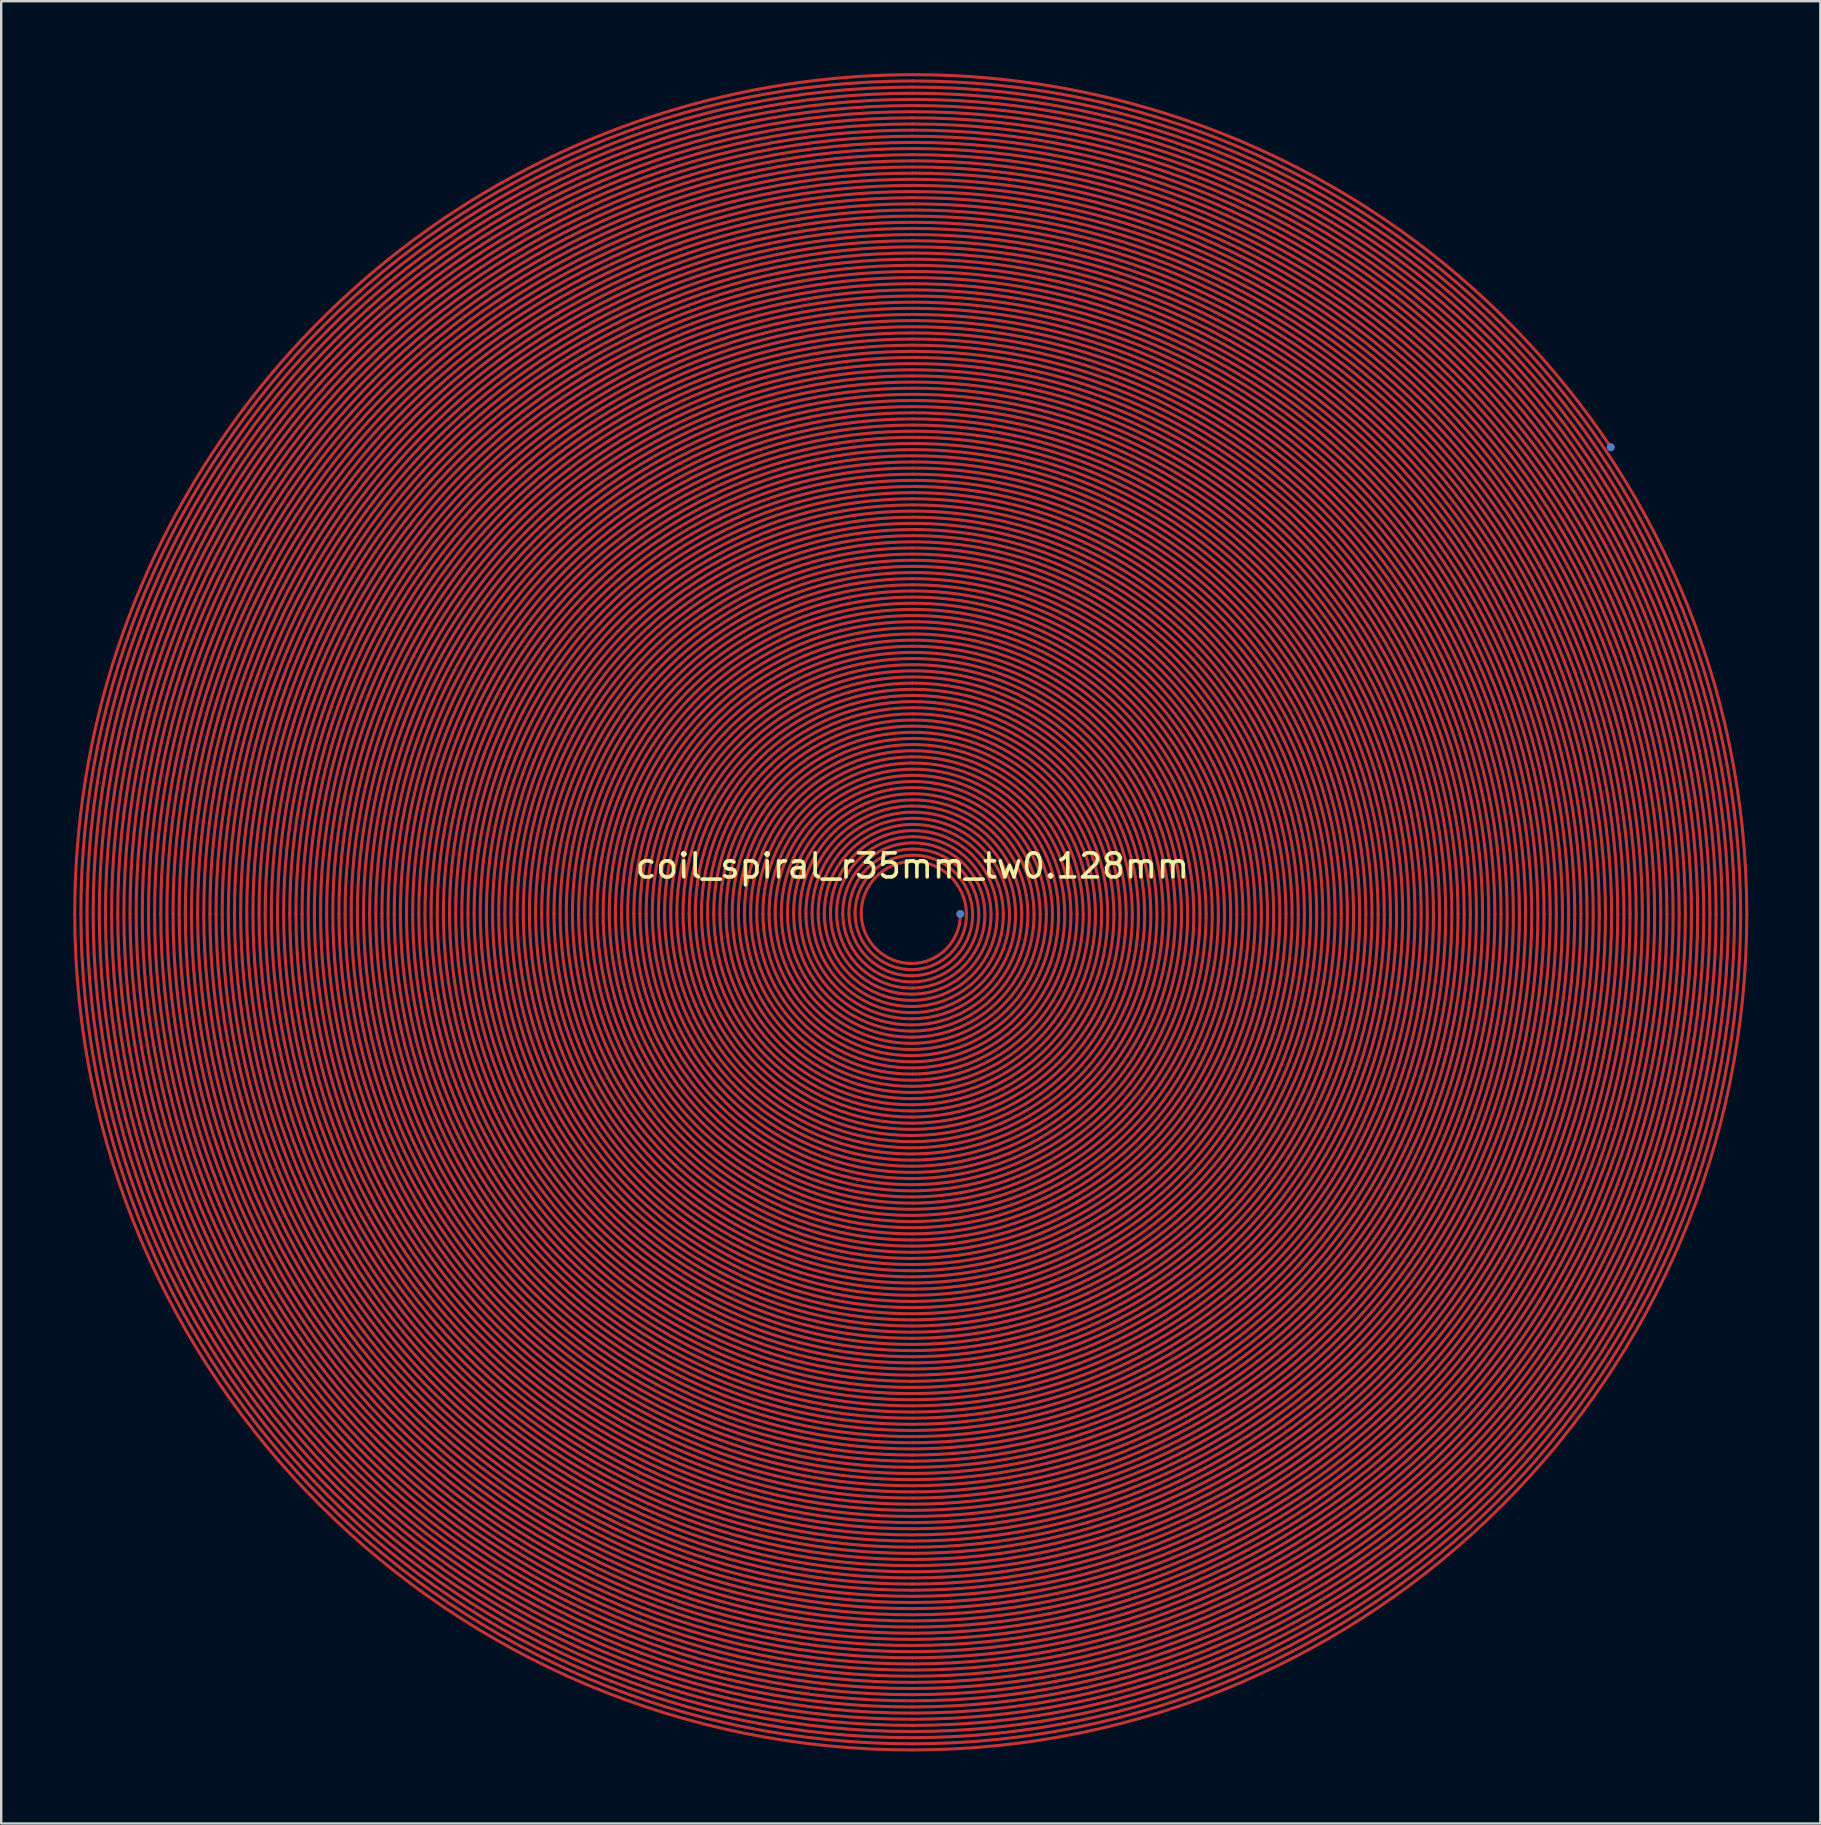
<source format=kicad_pcb>
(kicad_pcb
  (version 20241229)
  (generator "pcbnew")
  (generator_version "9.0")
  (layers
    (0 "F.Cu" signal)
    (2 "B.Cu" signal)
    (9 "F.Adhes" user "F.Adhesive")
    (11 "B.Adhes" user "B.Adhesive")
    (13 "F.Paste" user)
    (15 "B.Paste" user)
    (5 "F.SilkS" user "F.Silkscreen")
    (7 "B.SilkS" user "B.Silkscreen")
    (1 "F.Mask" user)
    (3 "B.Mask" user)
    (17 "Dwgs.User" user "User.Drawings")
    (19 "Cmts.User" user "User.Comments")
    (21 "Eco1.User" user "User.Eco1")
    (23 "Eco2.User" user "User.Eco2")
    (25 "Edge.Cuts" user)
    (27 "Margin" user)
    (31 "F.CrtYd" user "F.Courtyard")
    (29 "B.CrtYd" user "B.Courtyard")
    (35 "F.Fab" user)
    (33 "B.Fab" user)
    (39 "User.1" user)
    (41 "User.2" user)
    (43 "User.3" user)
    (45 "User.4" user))
  (footprint "coil_spiral_r35mm_tw0.128mm"
    (layer "F.Cu")
    (at 34.96 35.028)
    (property "Reference" "coil_spiral_r35mm_tw0.128mm" (at 0 -2 0) (layer "F.SilkS") (effects (font (size 1 1) (thickness 0.15))))
    (attr through_hole)
    (fp_arc (start -34.896 0) (mid -10.107975 -33.454383) (end 29.101436 -19.444958) (stroke (width 0.128) (type solid)) (layer "F.Cu"))
    (fp_arc (start -34.64 0) (mid -24.507445 -24.526189) (end -0.000001 -34.704) (stroke (width 0.128) (type solid)) (layer "F.Cu"))
    (fp_arc (start -34.384 0) (mid -24.326425 -24.34517) (end 0 -34.448) (stroke (width 0.128) (type solid)) (layer "F.Cu"))
    (fp_arc (start -34.128 0) (mid -24.145406 -24.164151) (end 0 -34.192) (stroke (width 0.128) (type solid)) (layer "F.Cu"))
    (fp_arc (start -33.872 0) (mid -23.964386 -23.983132) (end 0.000001 -33.936) (stroke (width 0.128) (type solid)) (layer "F.Cu"))
    (fp_arc (start -33.616 0) (mid -23.783368 -23.802112) (end -0.000001 -33.68) (stroke (width 0.128) (type solid)) (layer "F.Cu"))
    (fp_arc (start -33.36 0) (mid -23.602348 -23.621093) (end 0 -33.424) (stroke (width 0.128) (type solid)) (layer "F.Cu"))
    (fp_arc (start -33.104 0) (mid -23.421328 -23.440074) (end 0.000001 -33.168) (stroke (width 0.128) (type solid)) (layer "F.Cu"))
    (fp_arc (start -32.848 0) (mid -23.24031 -23.259054) (end -0.000001 -32.912) (stroke (width 0.128) (type solid)) (layer "F.Cu"))
    (fp_arc (start -32.592 0) (mid -23.05929 -23.078035) (end 0 -32.656) (stroke (width 0.128) (type solid)) (layer "F.Cu"))
    (fp_arc (start -32.336 0) (mid -22.878271 -22.897016) (end 0 -32.4) (stroke (width 0.128) (type solid)) (layer "F.Cu"))
    (fp_arc (start -32.08 0) (mid -22.697251 -22.715996) (end 0 -32.143999) (stroke (width 0.128) (type solid)) (layer "F.Cu"))
    (fp_arc (start -31.824 0) (mid -22.516232 -22.534978) (end 0 -31.888) (stroke (width 0.128) (type solid)) (layer "F.Cu"))
    (fp_arc (start -31.568 0) (mid -22.335213 -22.353958) (end 0 -31.632) (stroke (width 0.128) (type solid)) (layer "F.Cu"))
    (fp_arc (start -31.312 0) (mid -22.154193 -22.172939) (end 0.000001 -31.376) (stroke (width 0.128) (type solid)) (layer "F.Cu"))
    (fp_arc (start -31.056 0) (mid -21.973175 -21.99192) (end 0 -31.12) (stroke (width 0.128) (type solid)) (layer "F.Cu"))
    (fp_arc (start -30.8 0) (mid -21.792155 -21.810901) (end 0 -30.864) (stroke (width 0.128) (type solid)) (layer "F.Cu"))
    (fp_arc (start -30.544 0) (mid -21.611136 -21.629882) (end 0.000001 -30.608) (stroke (width 0.128) (type solid)) (layer "F.Cu"))
    (fp_arc (start -30.288 0) (mid -21.430117 -21.448862) (end -0.000001 -30.352) (stroke (width 0.128) (type solid)) (layer "F.Cu"))
    (fp_arc (start -30.032 0) (mid -21.249098 -21.267843) (end 0 -30.096) (stroke (width 0.128) (type solid)) (layer "F.Cu"))
    (fp_arc (start -29.776 0) (mid -21.068078 -21.086823) (end 0 -29.839999) (stroke (width 0.128) (type solid)) (layer "F.Cu"))
    (fp_arc (start -29.52 0) (mid -20.887059 -20.905805) (end 0 -29.584) (stroke (width 0.128) (type solid)) (layer "F.Cu"))
    (fp_arc (start -29.264 0) (mid -20.70604 -20.724785) (end 0 -29.328) (stroke (width 0.128) (type solid)) (layer "F.Cu"))
    (fp_arc (start -29.008 0) (mid -20.525021 -20.543766) (end -0.000001 -29.072) (stroke (width 0.128) (type solid)) (layer "F.Cu"))
    (fp_arc (start -28.752 0) (mid -20.344002 -20.362747) (end 0 -28.816) (stroke (width 0.128) (type solid)) (layer "F.Cu"))
    (fp_arc (start -28.496 0) (mid -20.162982 -20.181728) (end 0.000001 -28.56) (stroke (width 0.128) (type solid)) (layer "F.Cu"))
    (fp_arc (start -28.24 0) (mid -19.981964 -20.000708) (end -0.000001 -28.304) (stroke (width 0.128) (type solid)) (layer "F.Cu"))
    (fp_arc (start -27.984 0) (mid -19.800944 -19.819689) (end 0 -28.048) (stroke (width 0.128) (type solid)) (layer "F.Cu"))
    (fp_arc (start -27.728 0) (mid -19.619925 -19.638669) (end 0 -27.791999) (stroke (width 0.128) (type solid)) (layer "F.Cu"))
    (fp_arc (start -27.472 0) (mid -19.438906 -19.457651) (end 0 -27.536) (stroke (width 0.128) (type solid)) (layer "F.Cu"))
    (fp_arc (start -27.216 0) (mid -19.257886 -19.276632) (end 0.000001 -27.28) (stroke (width 0.128) (type solid)) (layer "F.Cu"))
    (fp_arc (start -26.96 0) (mid -19.076868 -19.095612) (end -0.000001 -27.024) (stroke (width 0.128) (type solid)) (layer "F.Cu"))
    (fp_arc (start -26.704 0) (mid -18.895848 -18.914593) (end 0 -26.768) (stroke (width 0.128) (type solid)) (layer "F.Cu"))
    (fp_arc (start -26.448 0) (mid -18.714829 -18.733574) (end -0.000001 -26.512) (stroke (width 0.128) (type solid)) (layer "F.Cu"))
    (fp_arc (start -26.192 0) (mid -18.533809 -18.552555) (end 0 -26.256) (stroke (width 0.128) (type solid)) (layer "F.Cu"))
    (fp_arc (start -25.936 0) (mid -18.352791 -18.371535) (end -0.000001 -26) (stroke (width 0.128) (type solid)) (layer "F.Cu"))
    (fp_arc (start -25.68 0) (mid -18.171771 -18.190516) (end 0 -25.744) (stroke (width 0.128) (type solid)) (layer "F.Cu"))
    (fp_arc (start -25.424 0) (mid -17.990752 -18.009497) (end 0 -25.487999) (stroke (width 0.128) (type solid)) (layer "F.Cu"))
    (fp_arc (start -25.168 0) (mid -17.809733 -17.828478) (end 0 -25.232) (stroke (width 0.128) (type solid)) (layer "F.Cu"))
    (fp_arc (start -24.912 0) (mid -17.628713 -17.647458) (end 0 -24.975999) (stroke (width 0.128) (type solid)) (layer "F.Cu"))
    (fp_arc (start -24.656 0) (mid -17.447694 -17.466439) (end 0 -24.72) (stroke (width 0.128) (type solid)) (layer "F.Cu"))
    (fp_arc (start -24.4 0) (mid -17.266676 -17.28542) (end -0.000001 -24.464) (stroke (width 0.128) (type solid)) (layer "F.Cu"))
    (fp_arc (start -24.144 0) (mid -17.085656 -17.104401) (end 0 -24.208) (stroke (width 0.128) (type solid)) (layer "F.Cu"))
    (fp_arc (start -23.888 0) (mid -16.904637 -16.923382) (end 0 -23.952) (stroke (width 0.128) (type solid)) (layer "F.Cu"))
    (fp_arc (start -23.632 0) (mid -16.723618 -16.742363) (end 0 -23.696) (stroke (width 0.128) (type solid)) (layer "F.Cu"))
    (fp_arc (start -23.376 0) (mid -16.542599 -16.561344) (end 0 -23.44) (stroke (width 0.128) (type solid)) (layer "F.Cu"))
    (fp_arc (start -23.12 0) (mid -16.361579 -16.380325) (end 0.000001 -23.184) (stroke (width 0.128) (type solid)) (layer "F.Cu"))
    (fp_arc (start -22.864 0) (mid -16.18056 -16.199305) (end 0 -22.928) (stroke (width 0.128) (type solid)) (layer "F.Cu"))
    (fp_arc (start -22.608 0) (mid -15.999541 -16.018286) (end -0.000001 -22.672) (stroke (width 0.128) (type solid)) (layer "F.Cu"))
    (fp_arc (start -22.352 0) (mid -15.818521 -15.837267) (end 0.000001 -22.416) (stroke (width 0.128) (type solid)) (layer "F.Cu"))
    (fp_arc (start -22.096 0) (mid -15.637503 -15.656248) (end 0 -22.16) (stroke (width 0.128) (type solid)) (layer "F.Cu"))
    (fp_arc (start -21.84 0) (mid -15.456483 -15.475228) (end 0 -21.903999) (stroke (width 0.128) (type solid)) (layer "F.Cu"))
    (fp_arc (start -21.584 0) (mid -15.275464 -15.29421) (end 0 -21.648) (stroke (width 0.128) (type solid)) (layer "F.Cu"))
    (fp_arc (start -21.328 0) (mid -15.094445 -15.11319) (end 0 -21.392) (stroke (width 0.128) (type solid)) (layer "F.Cu"))
    (fp_arc (start -21.072 0) (mid -14.913426 -14.932171) (end 0 -21.135999) (stroke (width 0.128) (type solid)) (layer "F.Cu"))
    (fp_arc (start -20.816 0) (mid -14.732407 -14.751152) (end 0.000001 -20.88) (stroke (width 0.128) (type solid)) (layer "F.Cu"))
    (fp_arc (start -20.56 0) (mid -14.551388 -14.570133) (end 0 -20.624) (stroke (width 0.128) (type solid)) (layer "F.Cu"))
    (fp_arc (start -20.304 0) (mid -14.370369 -14.389114) (end 0 -20.368) (stroke (width 0.128) (type solid)) (layer "F.Cu"))
    (fp_arc (start -20.048 0) (mid -14.189349 -14.208094) (end 0 -20.111999) (stroke (width 0.128) (type solid)) (layer "F.Cu"))
    (fp_arc (start -19.792 0) (mid -14.00833 -14.027076) (end 0.000001 -19.856) (stroke (width 0.128) (type solid)) (layer "F.Cu"))
    (fp_arc (start -19.536 0) (mid -13.827311 -13.846057) (end 0 -19.6) (stroke (width 0.128) (type solid)) (layer "F.Cu"))
    (fp_arc (start -19.28 0) (mid -13.646292 -13.665038) (end 0 -19.344) (stroke (width 0.128) (type solid)) (layer "F.Cu"))
    (fp_arc (start -19.024 0) (mid -13.465273 -13.484019) (end 0 -19.088) (stroke (width 0.128) (type solid)) (layer "F.Cu"))
    (fp_arc (start -18.768 0) (mid -13.284254 -13.302999) (end 0 -18.832) (stroke (width 0.128) (type solid)) (layer "F.Cu"))
    (fp_arc (start -18.512 0) (mid -13.103236 -13.12198) (end -0.000001 -18.576) (stroke (width 0.128) (type solid)) (layer "F.Cu"))
    (fp_arc (start -18.256 0) (mid -12.922216 -12.940961) (end 0 -18.319999) (stroke (width 0.128) (type solid)) (layer "F.Cu"))
    (fp_arc (start -18 0) (mid -12.741197 -12.759942) (end 0 -18.063999) (stroke (width 0.128) (type solid)) (layer "F.Cu"))
    (fp_arc (start -17.744 0) (mid -12.560178 -12.578923) (end 0 -17.807999) (stroke (width 0.128) (type solid)) (layer "F.Cu"))
    (fp_arc (start -17.488 0) (mid -12.379159 -12.397904) (end 0 -17.551999) (stroke (width 0.128) (type solid)) (layer "F.Cu"))
    (fp_arc (start -17.232 0) (mid -12.19814 -12.216885) (end 0 -17.295999) (stroke (width 0.128) (type solid)) (layer "F.Cu"))
    (fp_arc (start -16.976 0) (mid -12.017121 -12.035866) (end -0.000001 -17.04) (stroke (width 0.128) (type solid)) (layer "F.Cu"))
    (fp_arc (start -16.72 0) (mid -11.836102 -11.854847) (end 0 -16.784) (stroke (width 0.128) (type solid)) (layer "F.Cu"))
    (fp_arc (start -16.464 0) (mid -11.655083 -11.673828) (end 0 -16.528) (stroke (width 0.128) (type solid)) (layer "F.Cu"))
    (fp_arc (start -16.208 0) (mid -11.474064 -11.492809) (end 0 -16.272) (stroke (width 0.128) (type solid)) (layer "F.Cu"))
    (fp_arc (start -15.952 0) (mid -11.293045 -11.31179) (end 0.000001 -16.016) (stroke (width 0.128) (type solid)) (layer "F.Cu"))
    (fp_arc (start -15.696 0) (mid -11.112026 -11.130771) (end 0 -15.759999) (stroke (width 0.128) (type solid)) (layer "F.Cu"))
    (fp_arc (start -15.44 0) (mid -10.931007 -10.949752) (end 0 -15.504) (stroke (width 0.128) (type solid)) (layer "F.Cu"))
    (fp_arc (start -15.184 0) (mid -10.749988 -10.768734) (end 0.000001 -15.248) (stroke (width 0.128) (type solid)) (layer "F.Cu"))
    (fp_arc (start -14.928 0) (mid -10.568969 -10.587714) (end 0 -14.991999) (stroke (width 0.128) (type solid)) (layer "F.Cu"))
    (fp_arc (start -14.672 0) (mid -10.38795 -10.406695) (end 0 -14.736) (stroke (width 0.128) (type solid)) (layer "F.Cu"))
    (fp_arc (start -14.416 0) (mid -10.206931 -10.225676) (end 0 -14.479999) (stroke (width 0.128) (type solid)) (layer "F.Cu"))
    (fp_arc (start -14.16 0) (mid -10.025912 -10.044658) (end 0 -14.224) (stroke (width 0.128) (type solid)) (layer "F.Cu"))
    (fp_arc (start -13.904 0) (mid -9.844893 -9.863638) (end 0 -13.967999) (stroke (width 0.128) (type solid)) (layer "F.Cu"))
    (fp_arc (start -13.648 0) (mid -9.663875 -9.68262) (end 0 -13.711999) (stroke (width 0.128) (type solid)) (layer "F.Cu"))
    (fp_arc (start -13.392 0) (mid -9.482856 -9.501601) (end 0 -13.456) (stroke (width 0.128) (type solid)) (layer "F.Cu"))
    (fp_arc (start -13.136 0) (mid -9.301837 -9.320582) (end 0 -13.2) (stroke (width 0.128) (type solid)) (layer "F.Cu"))
    (fp_arc (start -12.88 0) (mid -9.120818 -9.139563) (end 0.000001 -12.943999) (stroke (width 0.128) (type solid)) (layer "F.Cu"))
    (fp_arc (start -12.624 0) (mid -8.939799 -8.958544) (end 0 -12.687999) (stroke (width 0.128) (type solid)) (layer "F.Cu"))
    (fp_arc (start -12.368 0) (mid -8.758781 -8.777525) (end 0 -12.432) (stroke (width 0.128) (type solid)) (layer "F.Cu"))
    (fp_arc (start -12.112 0) (mid -8.577763 -8.596507) (end -0.000001 -12.176001) (stroke (width 0.128) (type solid)) (layer "F.Cu"))
    (fp_arc (start -11.856 0) (mid -8.396743 -8.415489) (end 0 -11.920001) (stroke (width 0.128) (type solid)) (layer "F.Cu"))
    (fp_arc (start -11.6 0) (mid -8.215725 -8.23447) (end 0 -11.664) (stroke (width 0.128) (type solid)) (layer "F.Cu"))
    (fp_arc (start -11.344 0) (mid -8.034706 -8.053451) (end 0 -11.408) (stroke (width 0.128) (type solid)) (layer "F.Cu"))
    (fp_arc (start -11.088 0) (mid -7.853688 -7.872433) (end 0 -11.152001) (stroke (width 0.128) (type solid)) (layer "F.Cu"))
    (fp_arc (start -10.832 0) (mid -7.672668 -7.691414) (end 0.000001 -10.896) (stroke (width 0.128) (type solid)) (layer "F.Cu"))
    (fp_arc (start -10.576 0) (mid -7.49165 -7.510395) (end 0 -10.64) (stroke (width 0.128) (type solid)) (layer "F.Cu"))
    (fp_arc (start -10.32 0) (mid -7.310632 -7.329377) (end 0 -10.384) (stroke (width 0.128) (type solid)) (layer "F.Cu"))
    (fp_arc (start -10.064 0) (mid -7.129613 -7.148358) (end 0 -10.128) (stroke (width 0.128) (type solid)) (layer "F.Cu"))
    (fp_arc (start -9.808 0) (mid -6.948595 -6.96734) (end 0 -9.872) (stroke (width 0.128) (type solid)) (layer "F.Cu"))
    (fp_arc (start -9.552 0) (mid -6.767577 -6.786322) (end 0 -9.616001) (stroke (width 0.128) (type solid)) (layer "F.Cu"))
    (fp_arc (start -9.296 0) (mid -6.586558 -6.605303) (end 0 -9.36) (stroke (width 0.128) (type solid)) (layer "F.Cu"))
    (fp_arc (start -9.04 0) (mid -6.405541 -6.424285) (end -0.000001 -9.104) (stroke (width 0.128) (type solid)) (layer "F.Cu"))
    (fp_arc (start -8.784 0) (mid -6.224522 -6.243267) (end -0.000001 -8.848) (stroke (width 0.128) (type solid)) (layer "F.Cu"))
    (fp_arc (start -8.528 0) (mid -6.043504 -6.062249) (end 0 -8.592) (stroke (width 0.128) (type solid)) (layer "F.Cu"))
    (fp_arc (start -8.272 0) (mid -5.862485 -5.881231) (end 0.000001 -8.336) (stroke (width 0.128) (type solid)) (layer "F.Cu"))
    (fp_arc (start -8.016 0) (mid -5.681468 -5.700213) (end 0 -8.08) (stroke (width 0.128) (type solid)) (layer "F.Cu"))
    (fp_arc (start -7.76 0) (mid -5.50045 -5.519195) (end 0 -7.824) (stroke (width 0.128) (type solid)) (layer "F.Cu"))
    (fp_arc (start -7.504 0) (mid -5.319432 -5.338177) (end 0 -7.567999) (stroke (width 0.128) (type solid)) (layer "F.Cu"))
    (fp_arc (start -7.248 0) (mid -5.138415 -5.157159) (end 0 -7.311999) (stroke (width 0.128) (type solid)) (layer "F.Cu"))
    (fp_arc (start -6.992 0) (mid -4.957397 -4.976142) (end 0 -7.056) (stroke (width 0.128) (type solid)) (layer "F.Cu"))
    (fp_arc (start -6.736 0) (mid -4.77638 -4.795125) (end 0 -6.800001) (stroke (width 0.128) (type solid)) (layer "F.Cu"))
    (fp_arc (start -6.48 0) (mid -4.595363 -4.614107) (end 0 -6.544) (stroke (width 0.128) (type solid)) (layer "F.Cu"))
    (fp_arc (start -6.224 0) (mid -4.414346 -4.43309) (end -0.000001 -6.288) (stroke (width 0.128) (type solid)) (layer "F.Cu"))
    (fp_arc (start -5.968 0) (mid -4.233329 -4.252073) (end 0 -6.032) (stroke (width 0.128) (type solid)) (layer "F.Cu"))
    (fp_arc (start -5.712 0) (mid -4.052312 -4.071057) (end 0 -5.776) (stroke (width 0.128) (type solid)) (layer "F.Cu"))
    (fp_arc (start -5.456 0) (mid -3.871296 -3.89004) (end -0.000001 -5.52) (stroke (width 0.128) (type solid)) (layer "F.Cu"))
    (fp_arc (start -5.2 0) (mid -3.69028 -3.709024) (end -0.000001 -5.264) (stroke (width 0.128) (type solid)) (layer "F.Cu"))
    (fp_arc (start -4.944 0) (mid -3.509264 -3.528008) (end 0 -5.008) (stroke (width 0.128) (type solid)) (layer "F.Cu"))
    (fp_arc (start -4.688 0) (mid -3.328249 -3.346993) (end 0 -4.752) (stroke (width 0.128) (type solid)) (layer "F.Cu"))
    (fp_arc (start -4.432 0) (mid -3.147234 -3.165978) (end 0 -4.496) (stroke (width 0.128) (type solid)) (layer "F.Cu"))
    (fp_arc (start -4.176 0) (mid -2.966219 -2.984963) (end 0 -4.239999) (stroke (width 0.128) (type solid)) (layer "F.Cu"))
    (fp_arc (start -3.92 0) (mid -2.785206 -2.803949) (end 0 -3.984) (stroke (width 0.128) (type solid)) (layer "F.Cu"))
    (fp_arc (start -3.664 0) (mid -2.604192 -2.622936) (end 0.000001 -3.728) (stroke (width 0.128) (type solid)) (layer "F.Cu"))
    (fp_arc (start -3.408 0) (mid -2.423181 -2.441924) (end -0.000001 -3.472) (stroke (width 0.128) (type solid)) (layer "F.Cu"))
    (fp_arc (start -3.152 0) (mid -2.24217 -2.260913) (end 0 -3.216) (stroke (width 0.128) (type solid)) (layer "F.Cu"))
    (fp_arc (start -2.896 0) (mid -2.061161 -2.079903) (end 0 -2.959999) (stroke (width 0.128) (type solid)) (layer "F.Cu"))
    (fp_arc (start -2.64 0) (mid -1.880154 -1.898896) (end 0 -2.704) (stroke (width 0.128) (type solid)) (layer "F.Cu"))
    (fp_arc (start -2.384 0) (mid -1.699149 -1.717891) (end 0 -2.448001) (stroke (width 0.128) (type solid)) (layer "F.Cu"))
    (fp_arc (start -2.128 0) (mid -1.518148 -1.536889) (end 0.000001 -2.192) (stroke (width 0.128) (type solid)) (layer "F.Cu"))
    (fp_arc (start 0 -34.704) (mid 24.571444 -24.552699) (end 34.768 -0.000001) (stroke (width 0.128) (type solid)) (layer "F.Cu"))
    (fp_arc (start 0 -34.448) (mid 24.390425 -24.37168) (end 34.512 0) (stroke (width 0.128) (type solid)) (layer "F.Cu"))
    (fp_arc (start 0 -34.192) (mid 24.209406 -24.19066) (end 34.256 0) (stroke (width 0.128) (type solid)) (layer "F.Cu"))
    (fp_arc (start 0 -33.936) (mid 24.028387 -24.009641) (end 34 0.000001) (stroke (width 0.128) (type solid)) (layer "F.Cu"))
    (fp_arc (start 0 -33.68) (mid 23.847367 -23.828622) (end 33.744 0) (stroke (width 0.128) (type solid)) (layer "F.Cu"))
    (fp_arc (start 0 -33.424) (mid 23.666348 -23.647603) (end 33.488 0) (stroke (width 0.128) (type solid)) (layer "F.Cu"))
    (fp_arc (start 0 -33.168) (mid 23.485329 -23.466583) (end 33.232 0.000001) (stroke (width 0.128) (type solid)) (layer "F.Cu"))
    (fp_arc (start 0 -32.912) (mid 23.304309 -23.285564) (end 32.975999 0) (stroke (width 0.128) (type solid)) (layer "F.Cu"))
    (fp_arc (start 0 -32.656) (mid 23.12329 -23.104545) (end 32.72 0) (stroke (width 0.128) (type solid)) (layer "F.Cu"))
    (fp_arc (start 0 -32.4) (mid 22.942271 -22.923526) (end 32.464 0) (stroke (width 0.128) (type solid)) (layer "F.Cu"))
    (fp_arc (start 0 -32.144) (mid 22.761252 -22.742506) (end 32.208 0.000001) (stroke (width 0.128) (type solid)) (layer "F.Cu"))
    (fp_arc (start 0 -31.888) (mid 22.580232 -22.561488) (end 31.952 -0.000001) (stroke (width 0.128) (type solid)) (layer "F.Cu"))
    (fp_arc (start 0 -31.632) (mid 22.399213 -22.380468) (end 31.696 0) (stroke (width 0.128) (type solid)) (layer "F.Cu"))
    (fp_arc (start 0 -31.376) (mid 22.218194 -22.199448) (end 31.44 0.000001) (stroke (width 0.128) (type solid)) (layer "F.Cu"))
    (fp_arc (start 0 -31.12) (mid 22.037174 -22.01843) (end 31.184 -0.000001) (stroke (width 0.128) (type solid)) (layer "F.Cu"))
    (fp_arc (start 0 -30.864) (mid 21.856155 -21.83741) (end 30.928 0) (stroke (width 0.128) (type solid)) (layer "F.Cu"))
    (fp_arc (start 0 -30.608) (mid 21.675136 -21.656391) (end 30.672 0.000001) (stroke (width 0.128) (type solid)) (layer "F.Cu"))
    (fp_arc (start 0 -30.352) (mid 21.494117 -21.475372) (end 30.416 -0.000001) (stroke (width 0.128) (type solid)) (layer "F.Cu"))
    (fp_arc (start 0 -30.096) (mid 21.313098 -21.294353) (end 30.16 0) (stroke (width 0.128) (type solid)) (layer "F.Cu"))
    (fp_arc (start 0 -29.84) (mid 21.132079 -21.113333) (end 29.904 0.000001) (stroke (width 0.128) (type solid)) (layer "F.Cu"))
    (fp_arc (start 0 -29.584) (mid 20.951059 -20.932315) (end 29.648 -0.000001) (stroke (width 0.128) (type solid)) (layer "F.Cu"))
    (fp_arc (start 0 -29.328) (mid 20.77004 -20.751295) (end 29.392 0) (stroke (width 0.128) (type solid)) (layer "F.Cu"))
    (fp_arc (start 0 -29.072) (mid 20.58902 -20.570275) (end 29.135999 0) (stroke (width 0.128) (type solid)) (layer "F.Cu"))
    (fp_arc (start 0 -28.816) (mid 20.408002 -20.389256) (end 28.88 0) (stroke (width 0.128) (type solid)) (layer "F.Cu"))
    (fp_arc (start 0 -28.56) (mid 20.226982 -20.208237) (end 28.624 0) (stroke (width 0.128) (type solid)) (layer "F.Cu"))
    (fp_arc (start 0 -28.304) (mid 20.045963 -20.027218) (end 28.368 -0.000001) (stroke (width 0.128) (type solid)) (layer "F.Cu"))
    (fp_arc (start 0 -28.048) (mid 19.864944 -19.846199) (end 28.112 0) (stroke (width 0.128) (type solid)) (layer "F.Cu"))
    (fp_arc (start 0 -27.792) (mid 19.683925 -19.665179) (end 27.856 0.000001) (stroke (width 0.128) (type solid)) (layer "F.Cu"))
    (fp_arc (start 0 -27.536) (mid 19.502905 -19.484161) (end 27.6 -0.000001) (stroke (width 0.128) (type solid)) (layer "F.Cu"))
    (fp_arc (start 0 -27.28) (mid 19.321887 -19.303141) (end 27.344 0.000001) (stroke (width 0.128) (type solid)) (layer "F.Cu"))
    (fp_arc (start 0 -27.024) (mid 19.140867 -19.122122) (end 27.088 -0.000001) (stroke (width 0.128) (type solid)) (layer "F.Cu"))
    (fp_arc (start 0 -26.768) (mid 18.959848 -18.941103) (end 26.832 0) (stroke (width 0.128) (type solid)) (layer "F.Cu"))
    (fp_arc (start 0 -26.512) (mid 18.778828 -18.760084) (end 26.576 -0.000001) (stroke (width 0.128) (type solid)) (layer "F.Cu"))
    (fp_arc (start 0 -26.256) (mid 18.597809 -18.579064) (end 26.32 0) (stroke (width 0.128) (type solid)) (layer "F.Cu"))
    (fp_arc (start 0 -26) (mid 18.41679 -18.398045) (end 26.063999 0) (stroke (width 0.128) (type solid)) (layer "F.Cu"))
    (fp_arc (start 0 -25.744) (mid 18.235771 -18.217026) (end 25.808 0) (stroke (width 0.128) (type solid)) (layer "F.Cu"))
    (fp_arc (start 0 -25.488) (mid 18.054752 -18.036006) (end 25.552 0.000001) (stroke (width 0.128) (type solid)) (layer "F.Cu"))
    (fp_arc (start 0 -25.232) (mid 17.873733 -17.854988) (end 25.296 0) (stroke (width 0.128) (type solid)) (layer "F.Cu"))
    (fp_arc (start 0 -24.976) (mid 17.692714 -17.673968) (end 25.04 0.000001) (stroke (width 0.128) (type solid)) (layer "F.Cu"))
    (fp_arc (start 0 -24.72) (mid 17.511694 -17.492949) (end 24.784 0) (stroke (width 0.128) (type solid)) (layer "F.Cu"))
    (fp_arc (start 0 -24.464) (mid 17.330675 -17.31193) (end 24.527999 0) (stroke (width 0.128) (type solid)) (layer "F.Cu"))
    (fp_arc (start 0 -24.208) (mid 17.149656 -17.130911) (end 24.272 0) (stroke (width 0.128) (type solid)) (layer "F.Cu"))
    (fp_arc (start 0 -23.952) (mid 16.968636 -16.949891) (end 24.015999 0) (stroke (width 0.128) (type solid)) (layer "F.Cu"))
    (fp_arc (start 0 -23.696) (mid 16.787618 -16.768872) (end 23.76 0) (stroke (width 0.128) (type solid)) (layer "F.Cu"))
    (fp_arc (start 0 -23.44) (mid 16.606598 -16.587854) (end 23.504 -0.000001) (stroke (width 0.128) (type solid)) (layer "F.Cu"))
    (fp_arc (start 0 -23.184) (mid 16.42558 -16.406834) (end 23.248 0.000001) (stroke (width 0.128) (type solid)) (layer "F.Cu"))
    (fp_arc (start 0 -22.928) (mid 16.24456 -16.225815) (end 22.992 0) (stroke (width 0.128) (type solid)) (layer "F.Cu"))
    (fp_arc (start 0 -22.672) (mid 16.06354 -16.044796) (end 22.735999 0) (stroke (width 0.128) (type solid)) (layer "F.Cu"))
    (fp_arc (start 0 -22.416) (mid 15.882522 -15.863777) (end 22.48 0) (stroke (width 0.128) (type solid)) (layer "F.Cu"))
    (fp_arc (start 0 -22.16) (mid 15.701503 -15.682758) (end 22.224 0) (stroke (width 0.128) (type solid)) (layer "F.Cu"))
    (fp_arc (start 0 -21.904) (mid 15.520484 -15.501738) (end 21.968 0.000001) (stroke (width 0.128) (type solid)) (layer "F.Cu"))
    (fp_arc (start 0 -21.648) (mid 15.339464 -15.320719) (end 21.712 0) (stroke (width 0.128) (type solid)) (layer "F.Cu"))
    (fp_arc (start 0 -21.392) (mid 15.158445 -15.1397) (end 21.456 0) (stroke (width 0.128) (type solid)) (layer "F.Cu"))
    (fp_arc (start 0 -21.136) (mid 14.977426 -14.95868) (end 21.2 0.000001) (stroke (width 0.128) (type solid)) (layer "F.Cu"))
    (fp_arc (start 0 -20.88) (mid 14.796407 -14.777662) (end 20.944 0) (stroke (width 0.128) (type solid)) (layer "F.Cu"))
    (fp_arc (start 0 -20.624) (mid 14.615388 -14.596643) (end 20.688 0) (stroke (width 0.128) (type solid)) (layer "F.Cu"))
    (fp_arc (start 0 -20.368) (mid 14.434368 -14.415623) (end 20.431999 0) (stroke (width 0.128) (type solid)) (layer "F.Cu"))
    (fp_arc (start 0 -20.112) (mid 14.25335 -14.234604) (end 20.176 0.000001) (stroke (width 0.128) (type solid)) (layer "F.Cu"))
    (fp_arc (start 0 -19.856) (mid 14.07233 -14.053585) (end 19.92 0) (stroke (width 0.128) (type solid)) (layer "F.Cu"))
    (fp_arc (start 0 -19.6) (mid 13.891311 -13.872566) (end 19.664 0) (stroke (width 0.128) (type solid)) (layer "F.Cu"))
    (fp_arc (start 0 -19.344) (mid 13.710292 -13.691548) (end 19.408 -0.000001) (stroke (width 0.128) (type solid)) (layer "F.Cu"))
    (fp_arc (start 0 -19.088) (mid 13.529273 -13.510529) (end 19.152 -0.000001) (stroke (width 0.128) (type solid)) (layer "F.Cu"))
    (fp_arc (start 0 -18.832) (mid 13.348254 -13.329509) (end 18.895999 0) (stroke (width 0.128) (type solid)) (layer "F.Cu"))
    (fp_arc (start 0 -18.576) (mid 13.167235 -13.14849) (end 18.639999 0) (stroke (width 0.128) (type solid)) (layer "F.Cu"))
    (fp_arc (start 0 -18.32) (mid 12.986216 -12.96747) (end 18.384 0.000001) (stroke (width 0.128) (type solid)) (layer "F.Cu"))
    (fp_arc (start 0 -18.064) (mid 12.805197 -12.786451) (end 18.128 0.000001) (stroke (width 0.128) (type solid)) (layer "F.Cu"))
    (fp_arc (start 0 -17.808) (mid 12.624178 -12.605432) (end 17.872 0.000001) (stroke (width 0.128) (type solid)) (layer "F.Cu"))
    (fp_arc (start 0 -17.552) (mid 12.443159 -12.424413) (end 17.616 0.000001) (stroke (width 0.128) (type solid)) (layer "F.Cu"))
    (fp_arc (start 0 -17.296) (mid 12.26214 -12.243394) (end 17.36 0.000001) (stroke (width 0.128) (type solid)) (layer "F.Cu"))
    (fp_arc (start 0 -17.04) (mid 12.08112 -12.062376) (end 17.103999 0) (stroke (width 0.128) (type solid)) (layer "F.Cu"))
    (fp_arc (start 0 -16.784) (mid 11.900101 -11.881356) (end 16.847999 0) (stroke (width 0.128) (type solid)) (layer "F.Cu"))
    (fp_arc (start 0 -16.528) (mid 11.719082 -11.700337) (end 16.591999 0) (stroke (width 0.128) (type solid)) (layer "F.Cu"))
    (fp_arc (start 0 -16.272) (mid 11.538064 -11.519319) (end 16.336 0) (stroke (width 0.128) (type solid)) (layer "F.Cu"))
    (fp_arc (start 0 -16.016) (mid 11.357045 -11.3383) (end 16.08 0) (stroke (width 0.128) (type solid)) (layer "F.Cu"))
    (fp_arc (start 0 -15.76) (mid 11.176026 -11.15728) (end 15.824 0.000001) (stroke (width 0.128) (type solid)) (layer "F.Cu"))
    (fp_arc (start 0 -15.504) (mid 10.995006 -10.976262) (end 15.567999 0) (stroke (width 0.128) (type solid)) (layer "F.Cu"))
    (fp_arc (start 0 -15.248) (mid 10.813988 -10.795243) (end 15.312 0) (stroke (width 0.128) (type solid)) (layer "F.Cu"))
    (fp_arc (start 0 -14.992) (mid 10.632969 -10.614223) (end 15.056 0.000001) (stroke (width 0.128) (type solid)) (layer "F.Cu"))
    (fp_arc (start 0 -14.736) (mid 10.45195 -10.433205) (end 14.8 -0.000001) (stroke (width 0.128) (type solid)) (layer "F.Cu"))
    (fp_arc (start 0 -14.48) (mid 10.270931 -10.252186) (end 14.544 0) (stroke (width 0.128) (type solid)) (layer "F.Cu"))
    (fp_arc (start 0 -14.224) (mid 10.089912 -10.071168) (end 14.288 -0.000001) (stroke (width 0.128) (type solid)) (layer "F.Cu"))
    (fp_arc (start 0 -13.968) (mid 9.908894 -9.890148) (end 14.032 0.000001) (stroke (width 0.128) (type solid)) (layer "F.Cu"))
    (fp_arc (start 0 -13.712) (mid 9.727875 -9.70913) (end 13.776 0) (stroke (width 0.128) (type solid)) (layer "F.Cu"))
    (fp_arc (start 0 -13.456) (mid 9.546855 -9.52811) (end 13.519999 0) (stroke (width 0.128) (type solid)) (layer "F.Cu"))
    (fp_arc (start 0 -13.2) (mid 9.365837 -9.347092) (end 13.263999 0) (stroke (width 0.128) (type solid)) (layer "F.Cu"))
    (fp_arc (start 0 -12.944) (mid 9.184818 -9.166073) (end 13.008 0) (stroke (width 0.128) (type solid)) (layer "F.Cu"))
    (fp_arc (start 0 -12.688) (mid 9.003799 -8.985054) (end 12.752 0) (stroke (width 0.128) (type solid)) (layer "F.Cu"))
    (fp_arc (start 0 -12.432) (mid 8.822781 -8.804036) (end 12.496001 0) (stroke (width 0.128) (type solid)) (layer "F.Cu"))
    (fp_arc (start 0 -12.176) (mid 8.641761 -8.623017) (end 12.24 -0.000001) (stroke (width 0.128) (type solid)) (layer "F.Cu"))
    (fp_arc (start 0 -11.92) (mid 8.460743 -8.441998) (end 11.984 0) (stroke (width 0.128) (type solid)) (layer "F.Cu"))
    (fp_arc (start 0 -11.664) (mid 8.279724 -8.260979) (end 11.728 0) (stroke (width 0.128) (type solid)) (layer "F.Cu"))
    (fp_arc (start 0 -11.408) (mid 8.098706 -8.079961) (end 11.472001 0) (stroke (width 0.128) (type solid)) (layer "F.Cu"))
    (fp_arc (start 0 -11.152) (mid 7.917687 -7.898942) (end 11.216 0) (stroke (width 0.128) (type solid)) (layer "F.Cu"))
    (fp_arc (start 0 -10.896) (mid 7.736669 -7.717924) (end 10.960001 0) (stroke (width 0.128) (type solid)) (layer "F.Cu"))
    (fp_arc (start 0 -10.64) (mid 7.55565 -7.536905) (end 10.704 0.000001) (stroke (width 0.128) (type solid)) (layer "F.Cu"))
    (fp_arc (start 0 -10.384) (mid 7.374631 -7.355886) (end 10.448 0) (stroke (width 0.128) (type solid)) (layer "F.Cu"))
    (fp_arc (start 0 -10.128) (mid 7.193613 -7.174868) (end 10.192 0) (stroke (width 0.128) (type solid)) (layer "F.Cu"))
    (fp_arc (start 0 -9.872) (mid 7.012595 -6.993849) (end 9.936 0.000001) (stroke (width 0.128) (type solid)) (layer "F.Cu"))
    (fp_arc (start 0 -9.616) (mid 6.831576 -6.812832) (end 9.68 -0.000001) (stroke (width 0.128) (type solid)) (layer "F.Cu"))
    (fp_arc (start 0 -9.36) (mid 6.650558 -6.631813) (end 9.424 0) (stroke (width 0.128) (type solid)) (layer "F.Cu"))
    (fp_arc (start 0 -9.104) (mid 6.46954 -6.450795) (end 9.168 0) (stroke (width 0.128) (type solid)) (layer "F.Cu"))
    (fp_arc (start 0 -8.848) (mid 6.288521 -6.269777) (end 8.912 -0.000001) (stroke (width 0.128) (type solid)) (layer "F.Cu"))
    (fp_arc (start 0 -8.592) (mid 6.107503 -6.088758) (end 8.656 0) (stroke (width 0.128) (type solid)) (layer "F.Cu"))
    (fp_arc (start 0 -8.336) (mid 5.926485 -5.90774) (end 8.4 0) (stroke (width 0.128) (type solid)) (layer "F.Cu"))
    (fp_arc (start 0 -8.08) (mid 5.745467 -5.726723) (end 8.144 0) (stroke (width 0.128) (type solid)) (layer "F.Cu"))
    (fp_arc (start 0 -7.824) (mid 5.56445 -5.545705) (end 7.888 0) (stroke (width 0.128) (type solid)) (layer "F.Cu"))
    (fp_arc (start 0 -7.568) (mid 5.383432 -5.364687) (end 7.632 0) (stroke (width 0.128) (type solid)) (layer "F.Cu"))
    (fp_arc (start 0 -7.312) (mid 5.202414 -5.183669) (end 7.376 0) (stroke (width 0.128) (type solid)) (layer "F.Cu"))
    (fp_arc (start 0 -7.056) (mid 5.021397 -5.002652) (end 7.120001 0) (stroke (width 0.128) (type solid)) (layer "F.Cu"))
    (fp_arc (start 0 -6.8) (mid 4.840379 -4.821634) (end 6.864 0) (stroke (width 0.128) (type solid)) (layer "F.Cu"))
    (fp_arc (start 0 -6.544) (mid 4.659361 -4.640617) (end 6.608 0) (stroke (width 0.128) (type solid)) (layer "F.Cu"))
    (fp_arc (start 0 -6.288) (mid 4.478344 -4.4596) (end 6.352 -0.000001) (stroke (width 0.128) (type solid)) (layer "F.Cu"))
    (fp_arc (start 0 -6.032) (mid 4.297328 -4.278583) (end 6.096 0) (stroke (width 0.128) (type solid)) (layer "F.Cu"))
    (fp_arc (start 0 -5.776) (mid 4.116311 -4.097566) (end 5.84 0) (stroke (width 0.128) (type solid)) (layer "F.Cu"))
    (fp_arc (start 0 -5.52) (mid 3.935294 -3.91655) (end 5.584 0) (stroke (width 0.128) (type solid)) (layer "F.Cu"))
    (fp_arc (start 0 -5.264) (mid 3.754278 -3.735534) (end 5.328 0) (stroke (width 0.128) (type solid)) (layer "F.Cu"))
    (fp_arc (start 0 -5.008) (mid 3.573262 -3.554518) (end 5.072 -0.000001) (stroke (width 0.128) (type solid)) (layer "F.Cu"))
    (fp_arc (start 0 -4.752) (mid 3.392247 -3.373503) (end 4.816 0) (stroke (width 0.128) (type solid)) (layer "F.Cu"))
    (fp_arc (start 0 -4.496) (mid 3.211231 -3.192487) (end 4.56 0) (stroke (width 0.128) (type solid)) (layer "F.Cu"))
    (fp_arc (start 0 -4.24) (mid 3.030217 -3.011473) (end 4.304 0.000001) (stroke (width 0.128) (type solid)) (layer "F.Cu"))
    (fp_arc (start 0 -3.984) (mid 2.849203 -2.830459) (end 4.048 0.000001) (stroke (width 0.128) (type solid)) (layer "F.Cu"))
    (fp_arc (start 0 -3.728) (mid 2.66819 -2.649446) (end 3.792001 0) (stroke (width 0.128) (type solid)) (layer "F.Cu"))
    (fp_arc (start 0 -3.472) (mid 2.487177 -2.468434) (end 3.535999 0) (stroke (width 0.128) (type solid)) (layer "F.Cu"))
    (fp_arc (start 0 -3.216) (mid 2.306166 -2.287423) (end 3.28 0) (stroke (width 0.128) (type solid)) (layer "F.Cu"))
    (fp_arc (start 0 -2.96) (mid 2.125156 -2.106413) (end 3.024001 0) (stroke (width 0.128) (type solid)) (layer "F.Cu"))
    (fp_arc (start 0 -2.704) (mid 1.944147 -1.925405) (end 2.768 0) (stroke (width 0.128) (type solid)) (layer "F.Cu"))
    (fp_arc (start 0 -2.448) (mid 1.763141 -1.7444) (end 2.512 -0.000001) (stroke (width 0.128) (type solid)) (layer "F.Cu"))
    (fp_arc (start 0 -2.192) (mid 1.582138 -1.563398) (end 2.256 -0.000001) (stroke (width 0.128) (type solid)) (layer "F.Cu"))
    (fp_arc (start 0 2.064) (mid -1.491639 1.472898) (end -2.128 -0.000001) (stroke (width 0.128) (type solid)) (layer "F.Cu"))
    (fp_arc (start 0 2.32) (mid -1.67264 1.653898) (end -2.384 -0.000001) (stroke (width 0.128) (type solid)) (layer "F.Cu"))
    (fp_arc (start 0 2.576) (mid -1.853644 1.834902) (end -2.64 0) (stroke (width 0.128) (type solid)) (layer "F.Cu"))
    (fp_arc (start 0 2.832) (mid -2.034652 2.015909) (end -2.896001 0) (stroke (width 0.128) (type solid)) (layer "F.Cu"))
    (fp_arc (start 0 3.088) (mid -2.215661 2.196918) (end -3.152 0) (stroke (width 0.128) (type solid)) (layer "F.Cu"))
    (fp_arc (start 0 3.344) (mid -2.396671 2.377929) (end -3.408 0.000001) (stroke (width 0.128) (type solid)) (layer "F.Cu"))
    (fp_arc (start 0 3.6) (mid -2.577683 2.558939) (end -3.664 -0.000001) (stroke (width 0.128) (type solid)) (layer "F.Cu"))
    (fp_arc (start 0 3.856) (mid -2.758696 2.739952) (end -3.92 -0.000001) (stroke (width 0.128) (type solid)) (layer "F.Cu"))
    (fp_arc (start 0 4.112) (mid -2.93971 2.920966) (end -4.176 0) (stroke (width 0.128) (type solid)) (layer "F.Cu"))
    (fp_arc (start 0 4.368) (mid -3.120724 3.10198) (end -4.432 0) (stroke (width 0.128) (type solid)) (layer "F.Cu"))
    (fp_arc (start 0 4.624) (mid -3.301739 3.282995) (end -4.688001 0) (stroke (width 0.128) (type solid)) (layer "F.Cu"))
    (fp_arc (start 0 4.88) (mid -3.482754 3.46401) (end -4.944 0) (stroke (width 0.128) (type solid)) (layer "F.Cu"))
    (fp_arc (start 0 5.136) (mid -3.66377 3.645026) (end -5.2 0.000001) (stroke (width 0.128) (type solid)) (layer "F.Cu"))
    (fp_arc (start 0 5.392) (mid -3.844786 3.826042) (end -5.456001 0) (stroke (width 0.128) (type solid)) (layer "F.Cu"))
    (fp_arc (start 0 5.648) (mid -4.025802 4.007058) (end -5.711999 0) (stroke (width 0.128) (type solid)) (layer "F.Cu"))
    (fp_arc (start 0 5.904) (mid -4.206819 4.188075) (end -5.968 0) (stroke (width 0.128) (type solid)) (layer "F.Cu"))
    (fp_arc (start 0 6.16) (mid -4.387836 4.369092) (end -6.224 0.000001) (stroke (width 0.128) (type solid)) (layer "F.Cu"))
    (fp_arc (start 0 6.416) (mid -4.568853 4.550109) (end -6.48 0.000001) (stroke (width 0.128) (type solid)) (layer "F.Cu"))
    (fp_arc (start 0 6.672) (mid -4.74987 4.731125) (end -6.736 -0.000001) (stroke (width 0.128) (type solid)) (layer "F.Cu"))
    (fp_arc (start 0 6.928) (mid -4.930888 4.912143) (end -6.992001 0) (stroke (width 0.128) (type solid)) (layer "F.Cu"))
    (fp_arc (start 0 7.184) (mid -5.111905 5.093161) (end -7.248001 0) (stroke (width 0.128) (type solid)) (layer "F.Cu"))
    (fp_arc (start 0 7.44) (mid -5.292923 5.274178) (end -7.504 0) (stroke (width 0.128) (type solid)) (layer "F.Cu"))
    (fp_arc (start 0 7.696) (mid -5.47394 5.455196) (end -7.759999 0) (stroke (width 0.128) (type solid)) (layer "F.Cu"))
    (fp_arc (start 0 7.952) (mid -5.654959 5.636213) (end -8.016 -0.000001) (stroke (width 0.128) (type solid)) (layer "F.Cu"))
    (fp_arc (start 0 8.208) (mid -5.835976 5.817231) (end -8.271999 0) (stroke (width 0.128) (type solid)) (layer "F.Cu"))
    (fp_arc (start 0 8.464) (mid -6.016994 5.998249) (end -8.528 0) (stroke (width 0.128) (type solid)) (layer "F.Cu"))
    (fp_arc (start 0 8.72) (mid -6.198012 6.179268) (end -8.784 0.000001) (stroke (width 0.128) (type solid)) (layer "F.Cu"))
    (fp_arc (start 0 8.976) (mid -6.379031 6.360286) (end -9.04 0) (stroke (width 0.128) (type solid)) (layer "F.Cu"))
    (fp_arc (start 0 9.232) (mid -6.560049 6.541304) (end -9.296 0) (stroke (width 0.128) (type solid)) (layer "F.Cu"))
    (fp_arc (start 0 9.488) (mid -6.741067 6.722322) (end -9.552 -0.000001) (stroke (width 0.128) (type solid)) (layer "F.Cu"))
    (fp_arc (start 0 9.744) (mid -6.922085 6.90334) (end -9.808 0) (stroke (width 0.128) (type solid)) (layer "F.Cu"))
    (fp_arc (start 0 10) (mid -7.103103 7.084359) (end -10.064 0.000001) (stroke (width 0.128) (type solid)) (layer "F.Cu"))
    (fp_arc (start 0 10.256) (mid -7.284122 7.265378) (end -10.32 0.000001) (stroke (width 0.128) (type solid)) (layer "F.Cu"))
    (fp_arc (start 0 10.512) (mid -7.46514 7.446396) (end -10.576 0.000001) (stroke (width 0.128) (type solid)) (layer "F.Cu"))
    (fp_arc (start 0 10.768) (mid -7.646159 7.627414) (end -10.832 0) (stroke (width 0.128) (type solid)) (layer "F.Cu"))
    (fp_arc (start 0 11.024) (mid -7.827178 7.808432) (end -11.088 -0.000001) (stroke (width 0.128) (type solid)) (layer "F.Cu"))
    (fp_arc (start 0 11.28) (mid -8.008196 7.989451) (end -11.344 0) (stroke (width 0.128) (type solid)) (layer "F.Cu"))
    (fp_arc (start 0 11.536) (mid -8.189215 8.17047) (end -11.600001 0) (stroke (width 0.128) (type solid)) (layer "F.Cu"))
    (fp_arc (start 0 11.792) (mid -8.370233 8.351489) (end -11.856 0) (stroke (width 0.128) (type solid)) (layer "F.Cu"))
    (fp_arc (start 0 12.048) (mid -8.551252 8.532507) (end -12.112 0) (stroke (width 0.128) (type solid)) (layer "F.Cu"))
    (fp_arc (start 0 12.304) (mid -8.732271 8.713526) (end -12.368001 0) (stroke (width 0.128) (type solid)) (layer "F.Cu"))
    (fp_arc (start 0 12.56) (mid -8.91329 8.894545) (end -12.624 0) (stroke (width 0.128) (type solid)) (layer "F.Cu"))
    (fp_arc (start 0 12.816) (mid -9.094309 9.075564) (end -12.88 0) (stroke (width 0.128) (type solid)) (layer "F.Cu"))
    (fp_arc (start 0 13.072) (mid -9.275327 9.256582) (end -13.135999 0) (stroke (width 0.128) (type solid)) (layer "F.Cu"))
    (fp_arc (start 0 13.328) (mid -9.456346 9.437601) (end -13.391999 0) (stroke (width 0.128) (type solid)) (layer "F.Cu"))
    (fp_arc (start 0 13.584) (mid -9.637365 9.61862) (end -13.648 0) (stroke (width 0.128) (type solid)) (layer "F.Cu"))
    (fp_arc (start 0 13.84) (mid -9.818384 9.799639) (end -13.904 0) (stroke (width 0.128) (type solid)) (layer "F.Cu"))
    (fp_arc (start 0 14.096) (mid -9.999402 9.980658) (end -14.159999 0) (stroke (width 0.128) (type solid)) (layer "F.Cu"))
    (fp_arc (start 0 14.352) (mid -10.180422 10.161677) (end -14.416 0) (stroke (width 0.128) (type solid)) (layer "F.Cu"))
    (fp_arc (start 0 14.608) (mid -10.36144 10.342695) (end -14.671999 0) (stroke (width 0.128) (type solid)) (layer "F.Cu"))
    (fp_arc (start 0 14.864) (mid -10.54246 10.523714) (end -14.928 0) (stroke (width 0.128) (type solid)) (layer "F.Cu"))
    (fp_arc (start 0 15.12) (mid -10.723478 10.704733) (end -15.183999 0) (stroke (width 0.128) (type solid)) (layer "F.Cu"))
    (fp_arc (start 0 15.376) (mid -10.904498 10.885752) (end -15.44 -0.000001) (stroke (width 0.128) (type solid)) (layer "F.Cu"))
    (fp_arc (start 0 15.632) (mid -11.085516 11.066771) (end -15.696 0) (stroke (width 0.128) (type solid)) (layer "F.Cu"))
    (fp_arc (start 0 15.888) (mid -11.266535 11.24779) (end -15.951999 0) (stroke (width 0.128) (type solid)) (layer "F.Cu"))
    (fp_arc (start 0 16.144) (mid -11.447554 11.428809) (end -16.207999 0) (stroke (width 0.128) (type solid)) (layer "F.Cu"))
    (fp_arc (start 0 16.4) (mid -11.628574 11.609828) (end -16.464 -0.000001) (stroke (width 0.128) (type solid)) (layer "F.Cu"))
    (fp_arc (start 0 16.656) (mid -11.809592 11.790847) (end -16.72 0) (stroke (width 0.128) (type solid)) (layer "F.Cu"))
    (fp_arc (start 0 16.912) (mid -11.990611 11.971866) (end -16.976 0) (stroke (width 0.128) (type solid)) (layer "F.Cu"))
    (fp_arc (start 0 17.168) (mid -12.17163 12.152885) (end -17.232 0) (stroke (width 0.128) (type solid)) (layer "F.Cu"))
    (fp_arc (start 0 17.424) (mid -12.352649 12.333904) (end -17.488 0) (stroke (width 0.128) (type solid)) (layer "F.Cu"))
    (fp_arc (start 0 17.68) (mid -12.533668 12.514923) (end -17.744 0) (stroke (width 0.128) (type solid)) (layer "F.Cu"))
    (fp_arc (start 0 17.936) (mid -12.714688 12.695942) (end -18 0) (stroke (width 0.128) (type solid)) (layer "F.Cu"))
    (fp_arc (start 0 18.192) (mid -12.895706 12.876962) (end -18.256 0.000001) (stroke (width 0.128) (type solid)) (layer "F.Cu"))
    (fp_arc (start 0 18.448) (mid -13.076726 13.05798) (end -18.512 0) (stroke (width 0.128) (type solid)) (layer "F.Cu"))
    (fp_arc (start 0 18.704) (mid -13.257745 13.238999) (end -18.768 0) (stroke (width 0.128) (type solid)) (layer "F.Cu"))
    (fp_arc (start 0 18.96) (mid -13.438764 13.420019) (end -19.024 0) (stroke (width 0.128) (type solid)) (layer "F.Cu"))
    (fp_arc (start 0 19.216) (mid -13.619783 13.601038) (end -19.28 0) (stroke (width 0.128) (type solid)) (layer "F.Cu"))
    (fp_arc (start 0 19.472) (mid -13.800802 13.782056) (end -19.536 -0.000001) (stroke (width 0.128) (type solid)) (layer "F.Cu"))
    (fp_arc (start 0 19.728) (mid -13.98182 13.963076) (end -19.791999 0) (stroke (width 0.128) (type solid)) (layer "F.Cu"))
    (fp_arc (start 0 19.984) (mid -14.16284 14.144095) (end -20.048 0) (stroke (width 0.128) (type solid)) (layer "F.Cu"))
    (fp_arc (start 0 20.24) (mid -14.343859 14.325114) (end -20.304 0) (stroke (width 0.128) (type solid)) (layer "F.Cu"))
    (fp_arc (start 0 20.496) (mid -14.524878 14.506133) (end -20.56 0) (stroke (width 0.128) (type solid)) (layer "F.Cu"))
    (fp_arc (start 0 20.752) (mid -14.705897 14.687152) (end -20.815999 0) (stroke (width 0.128) (type solid)) (layer "F.Cu"))
    (fp_arc (start 0 21.008) (mid -14.886917 14.868171) (end -21.072 0) (stroke (width 0.128) (type solid)) (layer "F.Cu"))
    (fp_arc (start 0 21.264) (mid -15.067936 15.04919) (end -21.328 0) (stroke (width 0.128) (type solid)) (layer "F.Cu"))
    (fp_arc (start 0 21.52) (mid -15.248955 15.230209) (end -21.584 -0.000001) (stroke (width 0.128) (type solid)) (layer "F.Cu"))
    (fp_arc (start 0 21.776) (mid -15.429974 15.411229) (end -21.84 0.000001) (stroke (width 0.128) (type solid)) (layer "F.Cu"))
    (fp_arc (start 0 22.032) (mid -15.610993 15.592248) (end -22.096 0) (stroke (width 0.128) (type solid)) (layer "F.Cu"))
    (fp_arc (start 0 22.288) (mid -15.792012 15.773267) (end -22.352 -0.000001) (stroke (width 0.128) (type solid)) (layer "F.Cu"))
    (fp_arc (start 0 22.544) (mid -15.973031 15.954286) (end -22.608 0) (stroke (width 0.128) (type solid)) (layer "F.Cu"))
    (fp_arc (start 0 22.8) (mid -16.15405 16.135305) (end -22.864 0) (stroke (width 0.128) (type solid)) (layer "F.Cu"))
    (fp_arc (start 0 23.056) (mid -16.335069 16.316324) (end -23.119999 0) (stroke (width 0.128) (type solid)) (layer "F.Cu"))
    (fp_arc (start 0 23.312) (mid -16.516089 16.497344) (end -23.376 0) (stroke (width 0.128) (type solid)) (layer "F.Cu"))
    (fp_arc (start 0 23.568) (mid -16.697108 16.678362) (end -23.632 -0.000001) (stroke (width 0.128) (type solid)) (layer "F.Cu"))
    (fp_arc (start 0 23.824) (mid -16.878127 16.859382) (end -23.888 0) (stroke (width 0.128) (type solid)) (layer "F.Cu"))
    (fp_arc (start 0 24.08) (mid -17.059147 17.040401) (end -24.144 -0.000001) (stroke (width 0.128) (type solid)) (layer "F.Cu"))
    (fp_arc (start 0 24.336) (mid -17.240166 17.22142) (end -24.4 0) (stroke (width 0.128) (type solid)) (layer "F.Cu"))
    (fp_arc (start 0 24.592) (mid -17.421185 17.402439) (end -24.656 -0.000001) (stroke (width 0.128) (type solid)) (layer "F.Cu"))
    (fp_arc (start 0 24.848) (mid -17.602204 17.583459) (end -24.912 0.000001) (stroke (width 0.128) (type solid)) (layer "F.Cu"))
    (fp_arc (start 0 25.104) (mid -17.783223 17.764478) (end -25.168 0) (stroke (width 0.128) (type solid)) (layer "F.Cu"))
    (fp_arc (start 0 25.36) (mid -17.964242 17.945498) (end -25.424 0.000001) (stroke (width 0.128) (type solid)) (layer "F.Cu"))
    (fp_arc (start 0 25.616) (mid -18.145261 18.126516) (end -25.68 0) (stroke (width 0.128) (type solid)) (layer "F.Cu"))
    (fp_arc (start 0 25.872) (mid -18.32628 18.307536) (end -25.936 0.000001) (stroke (width 0.128) (type solid)) (layer "F.Cu"))
    (fp_arc (start 0 26.128) (mid -18.5073 18.488554) (end -26.192 -0.000001) (stroke (width 0.128) (type solid)) (layer "F.Cu"))
    (fp_arc (start 0 26.384) (mid -18.688319 18.669574) (end -26.448 0) (stroke (width 0.128) (type solid)) (layer "F.Cu"))
    (fp_arc (start 0 26.64) (mid -18.869339 18.850593) (end -26.704 -0.000001) (stroke (width 0.128) (type solid)) (layer "F.Cu"))
    (fp_arc (start 0 26.896) (mid -19.050357 19.031612) (end -26.96 0) (stroke (width 0.128) (type solid)) (layer "F.Cu"))
    (fp_arc (start 0 27.152) (mid -19.231376 19.212631) (end -27.215999 0) (stroke (width 0.128) (type solid)) (layer "F.Cu"))
    (fp_arc (start 0 27.408) (mid -19.412396 19.393651) (end -27.472 0) (stroke (width 0.128) (type solid)) (layer "F.Cu"))
    (fp_arc (start 0 27.664) (mid -19.593415 19.57467) (end -27.728 0.000001) (stroke (width 0.128) (type solid)) (layer "F.Cu"))
    (fp_arc (start 0 27.92) (mid -19.774434 19.755689) (end -27.984 0) (stroke (width 0.128) (type solid)) (layer "F.Cu"))
    (fp_arc (start 0 28.176) (mid -19.955454 19.936708) (end -28.24 0) (stroke (width 0.128) (type solid)) (layer "F.Cu"))
    (fp_arc (start 0 28.432) (mid -20.136473 20.117727) (end -28.496 -0.000001) (stroke (width 0.128) (type solid)) (layer "F.Cu"))
    (fp_arc (start 0 28.688) (mid -20.317492 20.298747) (end -28.752 0) (stroke (width 0.128) (type solid)) (layer "F.Cu"))
    (fp_arc (start 0 28.944) (mid -20.498511 20.479766) (end -29.008 0.000001) (stroke (width 0.128) (type solid)) (layer "F.Cu"))
    (fp_arc (start 0 29.2) (mid -20.679531 20.660785) (end -29.264 -0.000001) (stroke (width 0.128) (type solid)) (layer "F.Cu"))
    (fp_arc (start 0 29.456) (mid -20.86055 20.841805) (end -29.52 0) (stroke (width 0.128) (type solid)) (layer "F.Cu"))
    (fp_arc (start 0 29.712) (mid -21.041569 21.022824) (end -29.776 0.000001) (stroke (width 0.128) (type solid)) (layer "F.Cu"))
    (fp_arc (start 0 29.968) (mid -21.222588 21.203843) (end -30.032 0) (stroke (width 0.128) (type solid)) (layer "F.Cu"))
    (fp_arc (start 0 30.224) (mid -21.403607 21.384862) (end -30.288 0) (stroke (width 0.128) (type solid)) (layer "F.Cu"))
    (fp_arc (start 0 30.48) (mid -21.584626 21.565881) (end -30.543999 0) (stroke (width 0.128) (type solid)) (layer "F.Cu"))
    (fp_arc (start 0 30.736) (mid -21.765646 21.7469) (end -30.8 -0.000001) (stroke (width 0.128) (type solid)) (layer "F.Cu"))
    (fp_arc (start 0 30.992) (mid -21.946665 21.92792) (end -31.056 0) (stroke (width 0.128) (type solid)) (layer "F.Cu"))
    (fp_arc (start 0 31.248) (mid -22.127684 22.108939) (end -31.311999 0) (stroke (width 0.128) (type solid)) (layer "F.Cu"))
    (fp_arc (start 0 31.504) (mid -22.308703 22.289958) (end -31.568 0) (stroke (width 0.128) (type solid)) (layer "F.Cu"))
    (fp_arc (start 0 31.76) (mid -22.489723 22.470978) (end -31.824 0) (stroke (width 0.128) (type solid)) (layer "F.Cu"))
    (fp_arc (start 0 32.016) (mid -22.670742 22.651997) (end -32.08 0.000001) (stroke (width 0.128) (type solid)) (layer "F.Cu"))
    (fp_arc (start 0 32.272) (mid -22.851762 22.833016) (end -32.336 -0.000001) (stroke (width 0.128) (type solid)) (layer "F.Cu"))
    (fp_arc (start 0 32.528) (mid -23.032781 23.014035) (end -32.592 0) (stroke (width 0.128) (type solid)) (layer "F.Cu"))
    (fp_arc (start 0 32.784) (mid -23.2138 23.195055) (end -32.848 0) (stroke (width 0.128) (type solid)) (layer "F.Cu"))
    (fp_arc (start 0 33.04) (mid -23.394819 23.376073) (end -33.104 -0.000001) (stroke (width 0.128) (type solid)) (layer "F.Cu"))
    (fp_arc (start 0 33.296) (mid -23.575838 23.557093) (end -33.36 0) (stroke (width 0.128) (type solid)) (layer "F.Cu"))
    (fp_arc (start 0 33.552) (mid -23.756858 23.738112) (end -33.616 0) (stroke (width 0.128) (type solid)) (layer "F.Cu"))
    (fp_arc (start 0 33.808) (mid -23.937876 23.919131) (end -33.871999 0) (stroke (width 0.128) (type solid)) (layer "F.Cu"))
    (fp_arc (start 0 34.064) (mid -24.118896 24.10015) (end -34.128 -0.000001) (stroke (width 0.128) (type solid)) (layer "F.Cu"))
    (fp_arc (start 0 34.32) (mid -24.299915 24.28117) (end -34.384 0) (stroke (width 0.128) (type solid)) (layer "F.Cu"))
    (fp_arc (start 0 34.576) (mid -24.480934 24.46219) (end -34.64 0.000001) (stroke (width 0.128) (type solid)) (layer "F.Cu"))
    (fp_arc (start 0 34.832) (mid -24.661954 24.643208) (end -34.896 -0.000001) (stroke (width 0.128) (type solid)) (layer "F.Cu"))
    (fp_arc (start 2 0) (mid 1.427649 1.446388) (end 0 2.063999) (stroke (width 0.128) (type solid)) (layer "F.Cu"))
    (fp_arc (start 2.256 0) (mid 1.608648 1.627388) (end 0 2.319999) (stroke (width 0.128) (type solid)) (layer "F.Cu"))
    (fp_arc (start 2.512 0) (mid 1.789652 1.808393) (end 0.000001 2.576) (stroke (width 0.128) (type solid)) (layer "F.Cu"))
    (fp_arc (start 2.768 0) (mid 1.970657 1.9894) (end -0.000001 2.832) (stroke (width 0.128) (type solid)) (layer "F.Cu"))
    (fp_arc (start 3.024 0) (mid 2.151665 2.170408) (end 0 3.087999) (stroke (width 0.128) (type solid)) (layer "F.Cu"))
    (fp_arc (start 3.28 0) (mid 2.332676 2.351418) (end 0.000001 3.344) (stroke (width 0.128) (type solid)) (layer "F.Cu"))
    (fp_arc (start 3.536 0) (mid 2.513686 2.53243) (end -0.000001 3.6) (stroke (width 0.128) (type solid)) (layer "F.Cu"))
    (fp_arc (start 3.792 0) (mid 2.694699 2.713442) (end 0 3.855999) (stroke (width 0.128) (type solid)) (layer "F.Cu"))
    (fp_arc (start 4.048 0) (mid 2.875713 2.894457) (end 0 4.112001) (stroke (width 0.128) (type solid)) (layer "F.Cu"))
    (fp_arc (start 4.304 0) (mid 3.056727 3.075471) (end 0 4.368) (stroke (width 0.128) (type solid)) (layer "F.Cu"))
    (fp_arc (start 4.56 0) (mid 3.237741 3.256485) (end 0 4.624) (stroke (width 0.128) (type solid)) (layer "F.Cu"))
    (fp_arc (start 4.816 0) (mid 3.418756 3.4375) (end 0 4.879999) (stroke (width 0.128) (type solid)) (layer "F.Cu"))
    (fp_arc (start 5.072 0) (mid 3.599772 3.618516) (end 0.000001 5.136) (stroke (width 0.128) (type solid)) (layer "F.Cu"))
    (fp_arc (start 5.328 0) (mid 3.780788 3.799532) (end 0 5.392) (stroke (width 0.128) (type solid)) (layer "F.Cu"))
    (fp_arc (start 5.584 0) (mid 3.961804 3.980549) (end 0 5.648001) (stroke (width 0.128) (type solid)) (layer "F.Cu"))
    (fp_arc (start 5.84 0) (mid 4.14282 4.161565) (end 0 5.903999) (stroke (width 0.128) (type solid)) (layer "F.Cu"))
    (fp_arc (start 6.096 0) (mid 4.323838 4.342581) (end 0.000001 6.16) (stroke (width 0.128) (type solid)) (layer "F.Cu"))
    (fp_arc (start 6.352 0) (mid 4.504855 4.523598) (end 0.000001 6.416) (stroke (width 0.128) (type solid)) (layer "F.Cu"))
    (fp_arc (start 6.608 0) (mid 4.685871 4.704616) (end 0 6.672) (stroke (width 0.128) (type solid)) (layer "F.Cu"))
    (fp_arc (start 6.864 0) (mid 4.866888 4.885633) (end 0 6.928) (stroke (width 0.128) (type solid)) (layer "F.Cu"))
    (fp_arc (start 7.12 0) (mid 5.047906 5.066651) (end 0 7.184) (stroke (width 0.128) (type solid)) (layer "F.Cu"))
    (fp_arc (start 7.376 0) (mid 5.228923 5.247668) (end 0 7.439999) (stroke (width 0.128) (type solid)) (layer "F.Cu"))
    (fp_arc (start 7.632 0) (mid 5.409942 5.428686) (end 0.000001 7.696) (stroke (width 0.128) (type solid)) (layer "F.Cu"))
    (fp_arc (start 7.888 0) (mid 5.590959 5.609703) (end 0 7.951999) (stroke (width 0.128) (type solid)) (layer "F.Cu"))
    (fp_arc (start 8.144 0) (mid 5.771977 5.790722) (end 0.000001 8.208) (stroke (width 0.128) (type solid)) (layer "F.Cu"))
    (fp_arc (start 8.4 0) (mid 5.952995 5.97174) (end 0 8.464) (stroke (width 0.128) (type solid)) (layer "F.Cu"))
    (fp_arc (start 8.656 0) (mid 6.134013 6.152758) (end 0 8.72) (stroke (width 0.128) (type solid)) (layer "F.Cu"))
    (fp_arc (start 8.912 0) (mid 6.315032 6.333776) (end 0.000001 8.976) (stroke (width 0.128) (type solid)) (layer "F.Cu"))
    (fp_arc (start 9.168 0) (mid 6.496049 6.514794) (end 0 9.232) (stroke (width 0.128) (type solid)) (layer "F.Cu"))
    (fp_arc (start 9.424 0) (mid 6.677067 6.695812) (end 0 9.488) (stroke (width 0.128) (type solid)) (layer "F.Cu"))
    (fp_arc (start 9.68 0) (mid 6.858086 6.876831) (end 0 9.744) (stroke (width 0.128) (type solid)) (layer "F.Cu"))
    (fp_arc (start 9.936 0) (mid 7.039104 7.05785) (end 0 10.000001) (stroke (width 0.128) (type solid)) (layer "F.Cu"))
    (fp_arc (start 10.192 0) (mid 7.220123 7.238868) (end 0 10.256001) (stroke (width 0.128) (type solid)) (layer "F.Cu"))
    (fp_arc (start 10.448 0) (mid 7.401141 7.419886) (end 0 10.512001) (stroke (width 0.128) (type solid)) (layer "F.Cu"))
    (fp_arc (start 10.704 0) (mid 7.58216 7.600905) (end 0 10.768001) (stroke (width 0.128) (type solid)) (layer "F.Cu"))
    (fp_arc (start 10.96 0) (mid 7.763178 7.781923) (end 0 11.024) (stroke (width 0.128) (type solid)) (layer "F.Cu"))
    (fp_arc (start 11.216 0) (mid 7.944197 7.962942) (end 0 11.280001) (stroke (width 0.128) (type solid)) (layer "F.Cu"))
    (fp_arc (start 11.472 0) (mid 8.125215 8.14396) (end 0 11.536) (stroke (width 0.128) (type solid)) (layer "F.Cu"))
    (fp_arc (start 11.728 0) (mid 8.306234 8.324979) (end 0 11.792001) (stroke (width 0.128) (type solid)) (layer "F.Cu"))
    (fp_arc (start 11.984 0) (mid 8.487253 8.505998) (end 0 12.048001) (stroke (width 0.128) (type solid)) (layer "F.Cu"))
    (fp_arc (start 12.24 0) (mid 8.668271 8.687016) (end -0.000001 12.304) (stroke (width 0.128) (type solid)) (layer "F.Cu"))
    (fp_arc (start 12.496 0) (mid 8.84929 8.868035) (end 0 12.56) (stroke (width 0.128) (type solid)) (layer "F.Cu"))
    (fp_arc (start 12.752 0) (mid 9.030309 9.049054) (end 0 12.815999) (stroke (width 0.128) (type solid)) (layer "F.Cu"))
    (fp_arc (start 13.008 0) (mid 9.211328 9.230073) (end 0 13.072) (stroke (width 0.128) (type solid)) (layer "F.Cu"))
    (fp_arc (start 13.264 0) (mid 9.392347 9.411092) (end 0 13.328) (stroke (width 0.128) (type solid)) (layer "F.Cu"))
    (fp_arc (start 13.52 0) (mid 9.573365 9.59211) (end 0 13.584) (stroke (width 0.128) (type solid)) (layer "F.Cu"))
    (fp_arc (start 13.776 0) (mid 9.754384 9.773129) (end 0 13.839999) (stroke (width 0.128) (type solid)) (layer "F.Cu"))
    (fp_arc (start 14.032 0) (mid 9.935403 9.954148) (end 0 14.096) (stroke (width 0.128) (type solid)) (layer "F.Cu"))
    (fp_arc (start 14.288 0) (mid 10.116422 10.135167) (end 0 14.351999) (stroke (width 0.128) (type solid)) (layer "F.Cu"))
    (fp_arc (start 14.544 0) (mid 10.297441 10.316186) (end 0 14.608) (stroke (width 0.128) (type solid)) (layer "F.Cu"))
    (fp_arc (start 14.8 0) (mid 10.47846 10.497204) (end 0 14.863999) (stroke (width 0.128) (type solid)) (layer "F.Cu"))
    (fp_arc (start 15.056 0) (mid 10.659479 10.678224) (end 0 15.12) (stroke (width 0.128) (type solid)) (layer "F.Cu"))
    (fp_arc (start 15.312 0) (mid 10.840497 10.859242) (end 0 15.375999) (stroke (width 0.128) (type solid)) (layer "F.Cu"))
    (fp_arc (start 15.568 0) (mid 11.021516 11.040262) (end 0 15.632) (stroke (width 0.128) (type solid)) (layer "F.Cu"))
    (fp_arc (start 15.824 0) (mid 11.202535 11.221281) (end 0 15.888) (stroke (width 0.128) (type solid)) (layer "F.Cu"))
    (fp_arc (start 16.08 0) (mid 11.383555 11.4023) (end 0 16.144) (stroke (width 0.128) (type solid)) (layer "F.Cu"))
    (fp_arc (start 16.336 0) (mid 11.564573 11.583318) (end 0 16.399999) (stroke (width 0.128) (type solid)) (layer "F.Cu"))
    (fp_arc (start 16.592 0) (mid 11.745592 11.764338) (end -0.000001 16.656) (stroke (width 0.128) (type solid)) (layer "F.Cu"))
    (fp_arc (start 16.848 0) (mid 11.926611 11.945357) (end 0 16.912) (stroke (width 0.128) (type solid)) (layer "F.Cu"))
    (fp_arc (start 17.104 0) (mid 12.10763 12.126376) (end 0 17.168) (stroke (width 0.128) (type solid)) (layer "F.Cu"))
    (fp_arc (start 17.36 0) (mid 12.288649 12.307395) (end 0 17.424) (stroke (width 0.128) (type solid)) (layer "F.Cu"))
    (fp_arc (start 17.616 0) (mid 12.469668 12.488414) (end 0 17.68) (stroke (width 0.128) (type solid)) (layer "F.Cu"))
    (fp_arc (start 17.872 0) (mid 12.650688 12.669433) (end 0 17.936) (stroke (width 0.128) (type solid)) (layer "F.Cu"))
    (fp_arc (start 18.128 0) (mid 12.831707 12.850452) (end 0 18.192) (stroke (width 0.128) (type solid)) (layer "F.Cu"))
    (fp_arc (start 18.384 0) (mid 13.012726 13.031471) (end 0 18.448) (stroke (width 0.128) (type solid)) (layer "F.Cu"))
    (fp_arc (start 18.64 0) (mid 13.193745 13.21249) (end 0 18.704) (stroke (width 0.128) (type solid)) (layer "F.Cu"))
    (fp_arc (start 18.896 0) (mid 13.374764 13.393509) (end 0 18.96) (stroke (width 0.128) (type solid)) (layer "F.Cu"))
    (fp_arc (start 19.152 0) (mid 13.555783 13.574528) (end 0 19.215999) (stroke (width 0.128) (type solid)) (layer "F.Cu"))
    (fp_arc (start 19.408 0) (mid 13.736802 13.755547) (end 0 19.471999) (stroke (width 0.128) (type solid)) (layer "F.Cu"))
    (fp_arc (start 19.664 0) (mid 13.917821 13.936566) (end 0.000001 19.728) (stroke (width 0.128) (type solid)) (layer "F.Cu"))
    (fp_arc (start 19.92 0) (mid 14.09884 14.117585) (end 0 19.984) (stroke (width 0.128) (type solid)) (layer "F.Cu"))
    (fp_arc (start 20.176 0) (mid 14.279859 14.298604) (end 0 20.24) (stroke (width 0.128) (type solid)) (layer "F.Cu"))
    (fp_arc (start 20.432 0) (mid 14.460878 14.479624) (end -0.000001 20.496) (stroke (width 0.128) (type solid)) (layer "F.Cu"))
    (fp_arc (start 20.688 0) (mid 14.641898 14.660642) (end 0.000001 20.752) (stroke (width 0.128) (type solid)) (layer "F.Cu"))
    (fp_arc (start 20.944 0) (mid 14.822917 14.841662) (end 0 21.008) (stroke (width 0.128) (type solid)) (layer "F.Cu"))
    (fp_arc (start 21.2 0) (mid 15.003936 15.022681) (end 0 21.264) (stroke (width 0.128) (type solid)) (layer "F.Cu"))
    (fp_arc (start 21.456 0) (mid 15.184955 15.203699) (end 0 21.519999) (stroke (width 0.128) (type solid)) (layer "F.Cu"))
    (fp_arc (start 21.712 0) (mid 15.365974 15.384719) (end 0 21.776) (stroke (width 0.128) (type solid)) (layer "F.Cu"))
    (fp_arc (start 21.968 0) (mid 15.546993 15.565739) (end -0.000001 22.032) (stroke (width 0.128) (type solid)) (layer "F.Cu"))
    (fp_arc (start 22.224 0) (mid 15.728012 15.746757) (end 0 22.287999) (stroke (width 0.128) (type solid)) (layer "F.Cu"))
    (fp_arc (start 22.48 0) (mid 15.909031 15.927777) (end 0 22.544) (stroke (width 0.128) (type solid)) (layer "F.Cu"))
    (fp_arc (start 22.736 0) (mid 16.09005 16.108796) (end 0 22.8) (stroke (width 0.128) (type solid)) (layer "F.Cu"))
    (fp_arc (start 22.992 0) (mid 16.27107 16.289815) (end 0.000001 23.056) (stroke (width 0.128) (type solid)) (layer "F.Cu"))
    (fp_arc (start 23.248 0) (mid 16.452089 16.470834) (end 0 23.312) (stroke (width 0.128) (type solid)) (layer "F.Cu"))
    (fp_arc (start 23.504 0) (mid 16.633108 16.651853) (end 0 23.567999) (stroke (width 0.128) (type solid)) (layer "F.Cu"))
    (fp_arc (start 23.76 0) (mid 16.814127 16.832872) (end 0 23.824) (stroke (width 0.128) (type solid)) (layer "F.Cu"))
    (fp_arc (start 24.016 0) (mid 16.995146 17.013892) (end -0.000001 24.08) (stroke (width 0.128) (type solid)) (layer "F.Cu"))
    (fp_arc (start 24.272 0) (mid 17.176166 17.194911) (end 0 24.336) (stroke (width 0.128) (type solid)) (layer "F.Cu"))
    (fp_arc (start 24.528 0) (mid 17.357184 17.37593) (end -0.000001 24.592) (stroke (width 0.128) (type solid)) (layer "F.Cu"))
    (fp_arc (start 24.784 0) (mid 17.538204 17.556949) (end 0 24.848) (stroke (width 0.128) (type solid)) (layer "F.Cu"))
    (fp_arc (start 25.04 0) (mid 17.719223 17.737968) (end 0 25.104) (stroke (width 0.128) (type solid)) (layer "F.Cu"))
    (fp_arc (start 25.296 0) (mid 17.900242 17.918988) (end 0 25.36) (stroke (width 0.128) (type solid)) (layer "F.Cu"))
    (fp_arc (start 25.552 0) (mid 18.081261 18.100007) (end 0 25.616) (stroke (width 0.128) (type solid)) (layer "F.Cu"))
    (fp_arc (start 25.808 0) (mid 18.262281 18.281026) (end 0 25.872) (stroke (width 0.128) (type solid)) (layer "F.Cu"))
    (fp_arc (start 26.064 0) (mid 18.443299 18.462045) (end -0.000001 26.128) (stroke (width 0.128) (type solid)) (layer "F.Cu"))
    (fp_arc (start 26.32 0) (mid 18.624319 18.643064) (end 0 26.384) (stroke (width 0.128) (type solid)) (layer "F.Cu"))
    (fp_arc (start 26.576 0) (mid 18.805338 18.824083) (end 0 26.639999) (stroke (width 0.128) (type solid)) (layer "F.Cu"))
    (fp_arc (start 26.832 0) (mid 18.986357 19.005103) (end 0 26.896) (stroke (width 0.128) (type solid)) (layer "F.Cu"))
    (fp_arc (start 27.088 0) (mid 19.167377 19.186122) (end 0.000001 27.152) (stroke (width 0.128) (type solid)) (layer "F.Cu"))
    (fp_arc (start 27.344 0) (mid 19.348396 19.367141) (end 0 27.408) (stroke (width 0.128) (type solid)) (layer "F.Cu"))
    (fp_arc (start 27.6 0) (mid 19.529415 19.54816) (end 0 27.664) (stroke (width 0.128) (type solid)) (layer "F.Cu"))
    (fp_arc (start 27.856 0) (mid 19.710434 19.72918) (end -0.000001 27.92) (stroke (width 0.128) (type solid)) (layer "F.Cu"))
    (fp_arc (start 28.112 0) (mid 19.891454 19.910199) (end 0 28.176) (stroke (width 0.128) (type solid)) (layer "F.Cu"))
    (fp_arc (start 28.368 0) (mid 20.072473 20.091217) (end 0 28.431999) (stroke (width 0.128) (type solid)) (layer "F.Cu"))
    (fp_arc (start 28.624 0) (mid 20.253492 20.272237) (end 0 28.688) (stroke (width 0.128) (type solid)) (layer "F.Cu"))
    (fp_arc (start 28.88 0) (mid 20.434512 20.453256) (end 0.000001 28.944) (stroke (width 0.128) (type solid)) (layer "F.Cu"))
    (fp_arc (start 29.136 0) (mid 20.61553 20.634276) (end -0.000001 29.2) (stroke (width 0.128) (type solid)) (layer "F.Cu"))
    (fp_arc (start 29.392 0) (mid 20.79655 20.815295) (end 0 29.456) (stroke (width 0.128) (type solid)) (layer "F.Cu"))
    (fp_arc (start 29.648 0) (mid 20.977569 20.996314) (end 0.000001 29.712) (stroke (width 0.128) (type solid)) (layer "F.Cu"))
    (fp_arc (start 29.904 0) (mid 21.158588 21.177334) (end -0.000001 29.968) (stroke (width 0.128) (type solid)) (layer "F.Cu"))
    (fp_arc (start 30.16 0) (mid 21.339607 21.358353) (end 0 30.224) (stroke (width 0.128) (type solid)) (layer "F.Cu"))
    (fp_arc (start 30.416 0) (mid 21.520627 21.539372) (end 0.000001 30.48) (stroke (width 0.128) (type solid)) (layer "F.Cu"))
    (fp_arc (start 30.672 0) (mid 21.701646 21.720391) (end 0 30.736) (stroke (width 0.128) (type solid)) (layer "F.Cu"))
    (fp_arc (start 30.928 0) (mid 21.882665 21.90141) (end 0 30.992) (stroke (width 0.128) (type solid)) (layer "F.Cu"))
    (fp_arc (start 31.184 0) (mid 22.063685 22.082429) (end 0.000001 31.248) (stroke (width 0.128) (type solid)) (layer "F.Cu"))
    (fp_arc (start 31.44 0) (mid 22.244703 22.263449) (end -0.000001 31.504) (stroke (width 0.128) (type solid)) (layer "F.Cu"))
    (fp_arc (start 31.696 0) (mid 22.425723 22.444468) (end 0 31.76) (stroke (width 0.128) (type solid)) (layer "F.Cu"))
    (fp_arc (start 31.952 0) (mid 22.606743 22.625487) (end 0.000001 32.016) (stroke (width 0.128) (type solid)) (layer "F.Cu"))
    (fp_arc (start 32.208 0) (mid 22.787761 22.806507) (end -0.000001 32.272) (stroke (width 0.128) (type solid)) (layer "F.Cu"))
    (fp_arc (start 32.464 0) (mid 22.968781 22.987526) (end 0 32.528) (stroke (width 0.128) (type solid)) (layer "F.Cu"))
    (fp_arc (start 32.72 0) (mid 23.1498 23.168545) (end 0.000001 32.784) (stroke (width 0.128) (type solid)) (layer "F.Cu"))
    (fp_arc (start 32.976 0) (mid 23.330819 23.349564) (end -0.000001 33.04) (stroke (width 0.128) (type solid)) (layer "F.Cu"))
    (fp_arc (start 33.232 0) (mid 23.511838 23.530583) (end 0 33.296) (stroke (width 0.128) (type solid)) (layer "F.Cu"))
    (fp_arc (start 33.488 0) (mid 23.692858 23.711603) (end 0 33.552) (stroke (width 0.128) (type solid)) (layer "F.Cu"))
    (fp_arc (start 33.744 0) (mid 23.873877 23.892622) (end 0.000001 33.808) (stroke (width 0.128) (type solid)) (layer "F.Cu"))
    (fp_arc (start 34 0) (mid 24.054896 24.073641) (end 0 34.064) (stroke (width 0.128) (type solid)) (layer "F.Cu"))
    (fp_arc (start 34.256 0) (mid 24.235915 24.25466) (end 0 34.32) (stroke (width 0.128) (type solid)) (layer "F.Cu"))
    (fp_arc (start 34.512 0) (mid 24.416935 24.43568) (end 0 34.576) (stroke (width 0.128) (type solid)) (layer "F.Cu"))
    (fp_arc (start 34.768 0) (mid 24.597954 24.616698) (end 0 34.831999) (stroke (width 0.128) (type solid)) (layer "F.Cu"))
    (pad "1" connect circle (at 2 0) (size 0.327 0.327) (layers "*.Cu" "*.Mask"))
    (pad "2" connect circle (at 29.101 -19.445) (size 0.327 0.327) (layers "*.Cu" "*.Mask")))
  (gr_rect
    (start -3 -3)
    (end 72.792 72.924)
    (stroke (width 0.1) (type default))
    (fill no)
    (layer "Edge.Cuts")))
</source>
